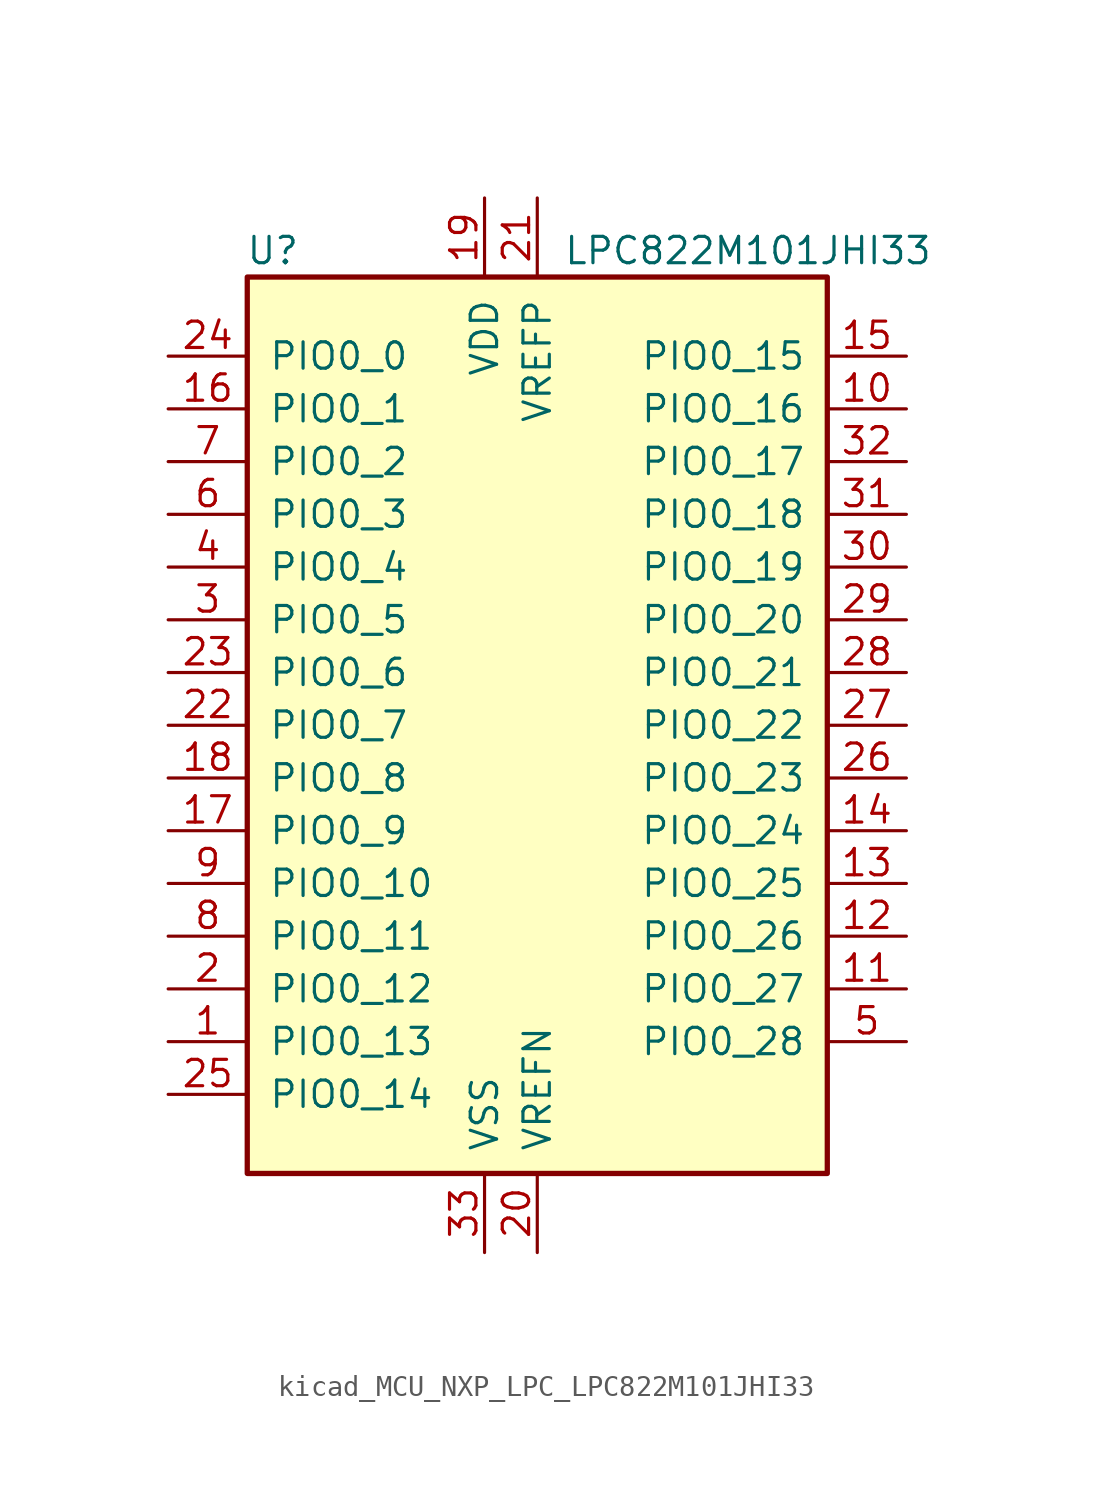
<source format=kicad_sym>
(kicad_symbol_lib
  (version 20220914)
  (generator kicad_symbol_editor)
  (symbol "kicad_MCU_NXP_LPC_LPC822M101JHI33"
    (pin_names
      (offset 1.016))
    (property "Reference" "U"
      (at -11.43 22.86 0)
      (effects (font (size 1.27 1.27)) (justify right)))
    (property "Value" "LPC822M101JHI33"
      (at 19.05 22.86 0)
      (effects (font (size 1.27 1.27)) (justify right)))
    (symbol "kicad_MCU_NXP_LPC_LPC822M101JHI33_0_1"
      (rectangle (start -13.97 21.59) (end 13.97 -21.59) (stroke (width 0.254) (type default)) (fill (type background))))
    (symbol "kicad_MCU_NXP_LPC_LPC822M101JHI33_1_1"
      (pin bidirectional line (at -17.78 -15.24 0) (length 3.81) (name "PIO0_13" (effects (font (size 1.27 1.27)))) (number "1" (effects (font (size 1.27 1.27)))))
      (pin bidirectional line (at 17.78 15.24 180) (length 3.81) (name "PIO0_16" (effects (font (size 1.27 1.27)))) (number "10" (effects (font (size 1.27 1.27)))))
      (pin bidirectional line (at 17.78 -12.7 180) (length 3.81) (name "PIO0_27" (effects (font (size 1.27 1.27)))) (number "11" (effects (font (size 1.27 1.27)))))
      (pin bidirectional line (at 17.78 -10.16 180) (length 3.81) (name "PIO0_26" (effects (font (size 1.27 1.27)))) (number "12" (effects (font (size 1.27 1.27)))))
      (pin bidirectional line (at 17.78 -7.62 180) (length 3.81) (name "PIO0_25" (effects (font (size 1.27 1.27)))) (number "13" (effects (font (size 1.27 1.27)))))
      (pin bidirectional line (at 17.78 -5.08 180) (length 3.81) (name "PIO0_24" (effects (font (size 1.27 1.27)))) (number "14" (effects (font (size 1.27 1.27)))))
      (pin bidirectional line (at 17.78 17.78 180) (length 3.81) (name "PIO0_15" (effects (font (size 1.27 1.27)))) (number "15" (effects (font (size 1.27 1.27)))))
      (pin bidirectional line (at -17.78 15.24 0) (length 3.81) (name "PIO0_1" (effects (font (size 1.27 1.27)))) (number "16" (effects (font (size 1.27 1.27)))))
      (pin bidirectional line (at -17.78 -5.08 0) (length 3.81) (name "PIO0_9" (effects (font (size 1.27 1.27)))) (number "17" (effects (font (size 1.27 1.27)))))
      (pin bidirectional line (at -17.78 -2.54 0) (length 3.81) (name "PIO0_8" (effects (font (size 1.27 1.27)))) (number "18" (effects (font (size 1.27 1.27)))))
      (pin power_in line (at -2.54 25.4 270) (length 3.81) (name "VDD" (effects (font (size 1.27 1.27)))) (number "19" (effects (font (size 1.27 1.27)))))
      (pin bidirectional line (at -17.78 -12.7 0) (length 3.81) (name "PIO0_12" (effects (font (size 1.27 1.27)))) (number "2" (effects (font (size 1.27 1.27)))))
      (pin power_in line (at 0 -25.4 90) (length 3.81) (name "VREFN" (effects (font (size 1.27 1.27)))) (number "20" (effects (font (size 1.27 1.27)))))
      (pin power_in line (at 0 25.4 270) (length 3.81) (name "VREFP" (effects (font (size 1.27 1.27)))) (number "21" (effects (font (size 1.27 1.27)))))
      (pin bidirectional line (at -17.78 0 0) (length 3.81) (name "PIO0_7" (effects (font (size 1.27 1.27)))) (number "22" (effects (font (size 1.27 1.27)))))
      (pin bidirectional line (at -17.78 2.54 0) (length 3.81) (name "PIO0_6" (effects (font (size 1.27 1.27)))) (number "23" (effects (font (size 1.27 1.27)))))
      (pin bidirectional line (at -17.78 17.78 0) (length 3.81) (name "PIO0_0" (effects (font (size 1.27 1.27)))) (number "24" (effects (font (size 1.27 1.27)))))
      (pin bidirectional line (at -17.78 -17.78 0) (length 3.81) (name "PIO0_14" (effects (font (size 1.27 1.27)))) (number "25" (effects (font (size 1.27 1.27)))))
      (pin bidirectional line (at 17.78 -2.54 180) (length 3.81) (name "PIO0_23" (effects (font (size 1.27 1.27)))) (number "26" (effects (font (size 1.27 1.27)))))
      (pin bidirectional line (at 17.78 0 180) (length 3.81) (name "PIO0_22" (effects (font (size 1.27 1.27)))) (number "27" (effects (font (size 1.27 1.27)))))
      (pin bidirectional line (at 17.78 2.54 180) (length 3.81) (name "PIO0_21" (effects (font (size 1.27 1.27)))) (number "28" (effects (font (size 1.27 1.27)))))
      (pin bidirectional line (at 17.78 5.08 180) (length 3.81) (name "PIO0_20" (effects (font (size 1.27 1.27)))) (number "29" (effects (font (size 1.27 1.27)))))
      (pin bidirectional line (at -17.78 5.08 0) (length 3.81) (name "PIO0_5" (effects (font (size 1.27 1.27)))) (number "3" (effects (font (size 1.27 1.27)))))
      (pin bidirectional line (at 17.78 7.62 180) (length 3.81) (name "PIO0_19" (effects (font (size 1.27 1.27)))) (number "30" (effects (font (size 1.27 1.27)))))
      (pin bidirectional line (at 17.78 10.16 180) (length 3.81) (name "PIO0_18" (effects (font (size 1.27 1.27)))) (number "31" (effects (font (size 1.27 1.27)))))
      (pin bidirectional line (at 17.78 12.7 180) (length 3.81) (name "PIO0_17" (effects (font (size 1.27 1.27)))) (number "32" (effects (font (size 1.27 1.27)))))
      (pin power_in line (at -2.54 -25.4 90) (length 3.81) (name "VSS" (effects (font (size 1.27 1.27)))) (number "33" (effects (font (size 1.27 1.27)))))
      (pin bidirectional line (at -17.78 7.62 0) (length 3.81) (name "PIO0_4" (effects (font (size 1.27 1.27)))) (number "4" (effects (font (size 1.27 1.27)))))
      (pin bidirectional line (at 17.78 -15.24 180) (length 3.81) (name "PIO0_28" (effects (font (size 1.27 1.27)))) (number "5" (effects (font (size 1.27 1.27)))))
      (pin bidirectional line (at -17.78 10.16 0) (length 3.81) (name "PIO0_3" (effects (font (size 1.27 1.27)))) (number "6" (effects (font (size 1.27 1.27)))))
      (pin bidirectional line (at -17.78 12.7 0) (length 3.81) (name "PIO0_2" (effects (font (size 1.27 1.27)))) (number "7" (effects (font (size 1.27 1.27)))))
      (pin bidirectional line (at -17.78 -10.16 0) (length 3.81) (name "PIO0_11" (effects (font (size 1.27 1.27)))) (number "8" (effects (font (size 1.27 1.27)))))
      (pin bidirectional line (at -17.78 -7.62 0) (length 3.81) (name "PIO0_10" (effects (font (size 1.27 1.27)))) (number "9" (effects (font (size 1.27 1.27))))))))
</source>
